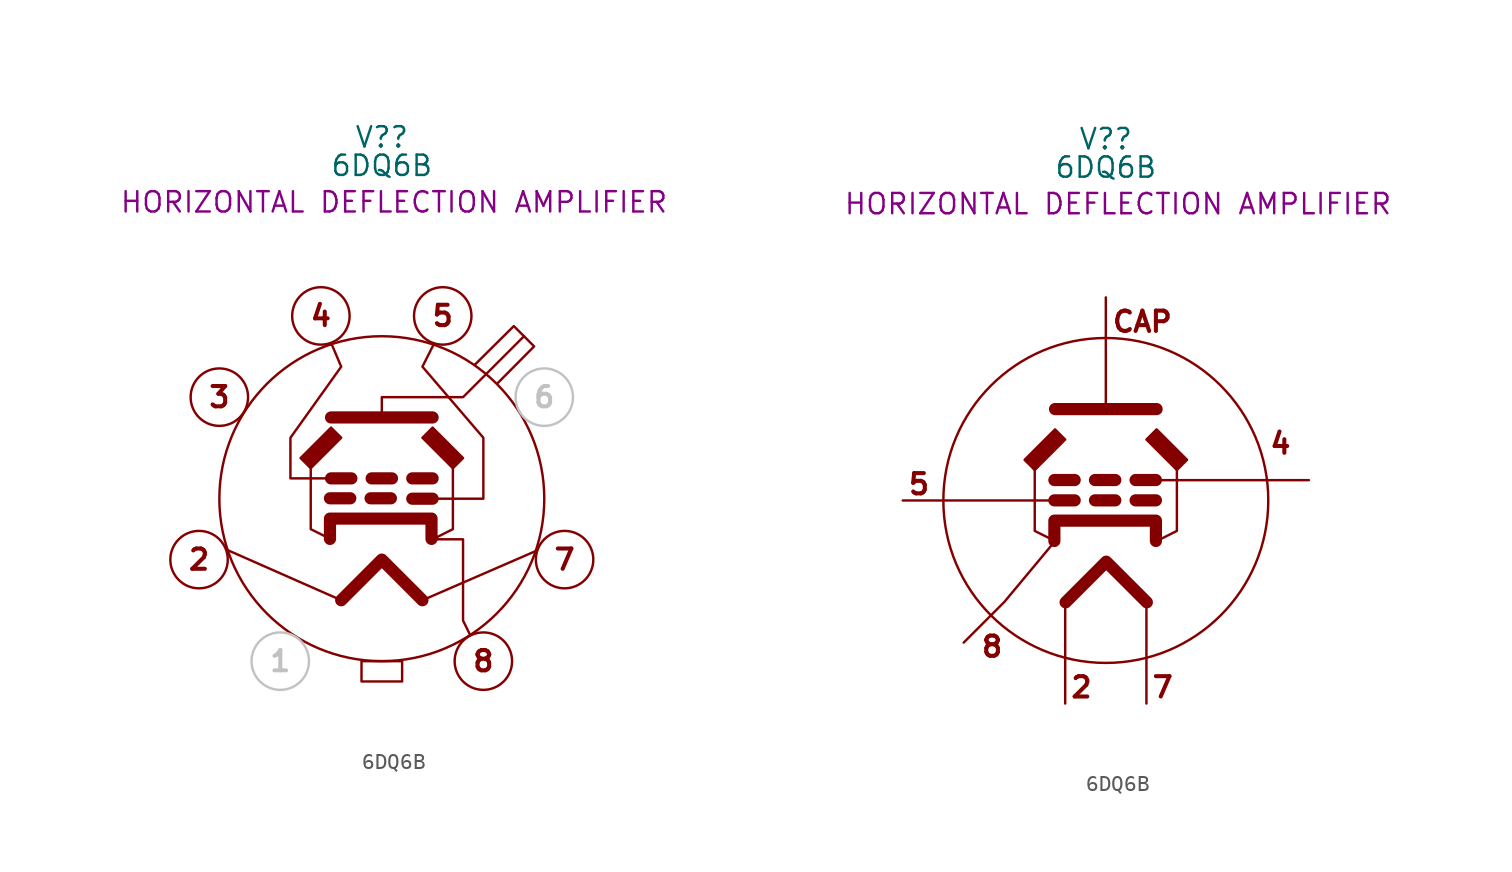
<source format=kicad_sym>
(kicad_symbol_lib
  (version 20231120)
  (generator "kicad_symbol_editor")
  (generator_version "8.0")
  (symbol "6DQ6B"
    (property "Reference" "V?"
      (at 0 22.606 0)
      (effects (font (size 1.27 1.27))))
    (property "Value" "6DQ6B"
      (at 0 20.828 0)
      (effects (font (size 1.27 1.27))))
    (property "Description" "HORIZONTAL DEFLECTION AMPLIFIER"
      (at 0.762 18.542 0)
      (effects (font (size 1.27 1.27))))
    (symbol "6DQ6B_0_1"
      (polyline (pts (xy -2.54 -6.35) (xy -9.662 -3.209)) (stroke (width 0) (type default)) (fill (type none)))
      (polyline (pts (xy 5.814 8.376) (xy 8.255 10.795) (xy 9.525 9.525) (xy 7.205 7.187)) (stroke (width 0) (type default)) (fill (type none))))
    (symbol "6DQ6B_1_0"
      (circle (center 0 0) (radius 10.16) (stroke (width 0) (type default)) (fill (type none))))
    (symbol "6DQ6B_1_1"
      (circle (center -11.43 -3.81) (radius 1.796) (stroke (width 0) (type default)) (fill (type none)))
      (circle (center -10.16 6.35) (radius 1.796) (stroke (width 0) (type default)) (fill (type none)))
      (circle (center -6.35 -10.16) (radius 1.796) (stroke (width 0) (type default) (color 194 194 194 1)) (fill (type none)))
      (circle (center -3.81 11.43) (radius 1.796) (stroke (width 0) (type default)) (fill (type none)))
      (rectangle (start -1.27 -10.16) (end 1.27 -11.43) (stroke (width 0) (type default)) (fill (type none)))
      (polyline (pts (xy -3.242 0.025) (xy -1.972 0.025)) (stroke (width 0.762) (type solid)) (fill (type none)))
      (polyline (pts (xy -3.175 1.27) (xy -1.905 1.27)) (stroke (width 0.762) (type solid)) (fill (type none)))
      (polyline (pts (xy -3.175 5.08) (xy 3.175 5.08)) (stroke (width 0.762) (type default)) (fill (type none)))
      (polyline (pts (xy -0.702 0.025) (xy 0.568 0.025)) (stroke (width 0.762) (type solid)) (fill (type none)))
      (polyline (pts (xy -0.635 1.27) (xy 0.635 1.27)) (stroke (width 0.762) (type solid)) (fill (type none)))
      (polyline (pts (xy 1.905 0) (xy 3.175 0)) (stroke (width 0.762) (type solid)) (fill (type none)))
      (polyline (pts (xy 1.905 1.27) (xy 3.175 1.27)) (stroke (width 0.762) (type solid)) (fill (type none)))
      (polyline (pts (xy 2.54 -6.35) (xy 9.704 -3.24)) (stroke (width 0) (type default)) (fill (type none)))
      (polyline (pts (xy -3.175 -2.54) (xy -4.445 -1.905) (xy -4.445 1.905)) (stroke (width 0) (type default)) (fill (type none)))
      (polyline (pts (xy -2.54 -6.35) (xy 0 -3.81) (xy 2.54 -6.35)) (stroke (width 0.762) (type default)) (fill (type none)))
      (polyline (pts (xy 3.175 -2.54) (xy 4.445 -1.905) (xy 4.445 1.905)) (stroke (width 0) (type default)) (fill (type none)))
      (polyline (pts (xy -3.242 -2.515) (xy -3.242 -1.245) (xy 3.108 -1.245) (xy 3.108 -2.515)) (stroke (width 0.762) (type default)) (fill (type none)))
      (polyline (pts (xy 0 5.08) (xy 0 6.35) (xy 5.08 6.35) (xy 8.89 10.16)) (stroke (width 0) (type default)) (fill (type none)))
      (polyline (pts (xy 3.175 -2.54) (xy 5.08 -2.54) (xy 5.08 -7.62) (xy 5.53 -8.537)) (stroke (width 0) (type default)) (fill (type none)))
      (polyline (pts (xy -4.445 1.905) (xy -5.08 2.54) (xy -3.175 4.445) (xy -2.54 3.81) (xy -4.445 1.905)) (stroke (width 0) (type default)) (fill (type outline)))
      (polyline (pts (xy -3.175 1.27) (xy -5.715 1.27) (xy -5.715 3.81) (xy -2.54 8.255) (xy -3.154 9.702)) (stroke (width 0) (type default)) (fill (type none)))
      (polyline (pts (xy 3.175 0) (xy 6.35 0) (xy 6.35 3.81) (xy 2.54 8.255) (xy 3.256 9.677)) (stroke (width 0) (type default)) (fill (type none)))
      (polyline (pts (xy 4.445 1.905) (xy 5.08 2.54) (xy 3.175 4.445) (xy 2.54 3.81) (xy 4.445 1.905)) (stroke (width 0) (type default)) (fill (type outline)))
      (circle (center 3.81 11.43) (radius 1.796) (stroke (width 0) (type default)) (fill (type none)))
      (circle (center 6.35 -10.16) (radius 1.796) (stroke (width 0) (type default)) (fill (type none)))
      (circle (center 10.16 6.35) (radius 1.796) (stroke (width 0) (type default) (color 194 194 194 1)) (fill (type none)))
      (circle (center 11.43 -3.81) (radius 1.796) (stroke (width 0) (type default)) (fill (type none)))
      (text "1" (at -6.35 -10.16 0) (effects (font (size 1.27 1.27) (thickness 0.254) (bold yes) (color 194 194 194 1))))
      (text "2" (at -11.43 -3.81 0) (effects (font (size 1.27 1.27) (thickness 0.254) (bold yes))))
      (text "3" (at -10.16 6.35 0) (effects (font (size 1.27 1.27) (thickness 0.254) (bold yes))))
      (text "4" (at -3.81 11.43 0) (effects (font (size 1.27 1.27) (thickness 0.254) (bold yes))))
      (text "5" (at 3.81 11.43 0) (effects (font (size 1.27 1.27) (thickness 0.254) (bold yes))))
      (text "6" (at 10.16 6.35 0) (effects (font (size 1.27 1.27) (thickness 0.254) (bold yes) (color 194 194 194 1))))
      (text "7" (at 11.43 -3.81 0) (effects (font (size 1.27 1.27) (thickness 0.254) (bold yes))))
      (text "8" (at 6.35 -10.16 0) (effects (font (size 1.27 1.27) (thickness 0.254) (bold yes))))
      (pin bidirectional line (at -6.35 -10.16 0) (length 1.778) hide (name "G5" (effects (font (size 1.27 1.27)))) (number "1" (effects (font (size 1.27 1.27)))))
      (pin bidirectional line (at -11.43 -3.81 0) (length 1.778) hide (name "H" (effects (font (size 1.27 1.27)))) (number "2" (effects (font (size 1.27 1.27)))))
      (pin bidirectional line (at -10.16 6.35 0) (length 1.778) hide (name "P" (effects (font (size 1.27 1.27)))) (number "3" (effects (font (size 1.27 1.27)))))
      (pin bidirectional line (at -3.81 11.43 0) (length 1.778) hide (name "G2" (effects (font (size 1.27 1.27)))) (number "4" (effects (font (size 1.27 1.27)))))
      (pin bidirectional line (at 3.81 11.43 0) (length 1.778) hide (name "G1" (effects (font (size 1.27 1.27)))) (number "5" (effects (font (size 1.27 1.27)))))
      (pin bidirectional line (at 10.16 6.35 0) (length 1.778) hide (name "" (effects (font (size 1.27 1.27)))) (number "6" (effects (font (size 1.27 1.27)))))
      (pin bidirectional line (at 11.43 -3.81 0) (length 1.778) hide (name "H" (effects (font (size 1.27 1.27)))) (number "7" (effects (font (size 1.27 1.27)))))
      (pin bidirectional line (at 6.35 -10.16 0) (length 1.778) hide (name "K,G3" (effects (font (size 1.27 1.27)))) (number "8" (effects (font (size 1.27 1.27)))))
      (pin bidirectional line (at 8.89 10.16 0) (length 1.778) hide (name "P" (effects (font (size 1.27 1.27)))) (number "CAP" (effects (font (size 1.27 1.27))))))
    (symbol "6DQ6B_1_2"
      (polyline (pts (xy -12.7 0) (xy -2.54 0)) (stroke (width 0) (type default)) (fill (type none)))
      (polyline (pts (xy -3.217 0.007) (xy -1.947 0.007)) (stroke (width 0.762) (type solid)) (fill (type none)))
      (polyline (pts (xy -3.217 1.277) (xy -1.947 1.277)) (stroke (width 0.762) (type solid)) (fill (type none)))
      (polyline (pts (xy -3.175 5.715) (xy 3.175 5.715)) (stroke (width 0.762) (type default)) (fill (type none)))
      (polyline (pts (xy -2.54 -6.35) (xy -2.54 -12.7)) (stroke (width 0) (type default)) (fill (type none)))
      (polyline (pts (xy -0.677 0.007) (xy 0.593 0.007)) (stroke (width 0.762) (type solid)) (fill (type none)))
      (polyline (pts (xy -0.677 1.277) (xy 0.593 1.277)) (stroke (width 0.762) (type solid)) (fill (type none)))
      (polyline (pts (xy 0 5.715) (xy 0 12.7)) (stroke (width 0) (type default)) (fill (type none)))
      (polyline (pts (xy 1.863 0.007) (xy 3.133 0.007)) (stroke (width 0.762) (type solid)) (fill (type none)))
      (polyline (pts (xy 1.863 1.277) (xy 3.133 1.277)) (stroke (width 0.762) (type solid)) (fill (type none)))
      (polyline (pts (xy 2.54 -6.35) (xy 2.54 -12.7)) (stroke (width 0) (type default)) (fill (type none)))
      (polyline (pts (xy 12.7 1.27) (xy 2.54 1.27)) (stroke (width 0) (type default)) (fill (type none)))
      (polyline (pts (xy -3.175 -2.54) (xy -6.35 -6.35) (xy -8.89 -8.89)) (stroke (width 0) (type default)) (fill (type none)))
      (polyline (pts (xy -3.175 -2.54) (xy -4.445 -1.905) (xy -4.445 1.905)) (stroke (width 0) (type default)) (fill (type none)))
      (polyline (pts (xy -2.515 -6.369) (xy 0.025 -3.829) (xy 2.565 -6.369)) (stroke (width 0.762) (type default)) (fill (type none)))
      (polyline (pts (xy 3.175 -2.54) (xy 4.445 -1.905) (xy 4.445 1.905)) (stroke (width 0) (type default)) (fill (type none)))
      (polyline (pts (xy -3.217 -2.533) (xy -3.217 -1.263) (xy 3.133 -1.263) (xy 3.133 -2.533)) (stroke (width 0.762) (type default)) (fill (type none)))
      (polyline (pts (xy -4.445 1.905) (xy -5.08 2.54) (xy -3.175 4.445) (xy -2.54 3.81) (xy -4.445 1.905)) (stroke (width 0) (type default)) (fill (type outline)))
      (polyline (pts (xy 4.445 1.905) (xy 5.08 2.54) (xy 3.175 4.445) (xy 2.54 3.81) (xy 4.445 1.905)) (stroke (width 0) (type default)) (fill (type outline)))
      (text "2" (at -1.524 -11.684 0) (effects (font (size 1.27 1.27) (thickness 0.254) (bold yes))))
      (text "4" (at 10.922 3.556 0) (effects (font (size 1.27 1.27) (thickness 0.254) (bold yes))))
      (text "5" (at -11.684 1.016 0) (effects (font (size 1.27 1.27) (thickness 0.254) (bold yes))))
      (text "7" (at 3.556 -11.684 0) (effects (font (size 1.27 1.27) (thickness 0.254) (bold yes))))
      (text "8" (at -7.112 -9.144 0) (effects (font (size 1.27 1.27) (thickness 0.254) (bold yes))))
      (text "CAP" (at 2.286 11.176 0) (effects (font (size 1.27 1.27) (thickness 0.254) (bold yes))))
      (pin bidirectional line (at -2.54 -12.7 0) (length 1.778) hide (name "H" (effects (font (size 1.27 1.27)))) (number "2" (effects (font (size 1.27 1.27)))))
      (pin bidirectional line (at 12.7 1.27 0) (length 1.778) hide (name "G2" (effects (font (size 1.27 1.27)))) (number "4" (effects (font (size 1.27 1.27)))))
      (pin bidirectional line (at -12.7 0 0) (length 1.778) hide (name "G1" (effects (font (size 1.27 1.27)))) (number "5" (effects (font (size 1.27 1.27)))))
      (pin bidirectional line (at 2.54 -12.7 0) (length 1.778) hide (name "H" (effects (font (size 1.27 1.27)))) (number "7" (effects (font (size 1.27 1.27)))))
      (pin bidirectional line (at -8.89 -8.89 0) (length 1.778) hide (name "K,G3" (effects (font (size 1.27 1.27)))) (number "8" (effects (font (size 1.27 1.27)))))
      (pin bidirectional line (at 0 12.7 0) (length 1.778) hide (name "P" (effects (font (size 1.27 1.27)))) (number "CAP" (effects (font (size 1.27 1.27))))))))
</source>
